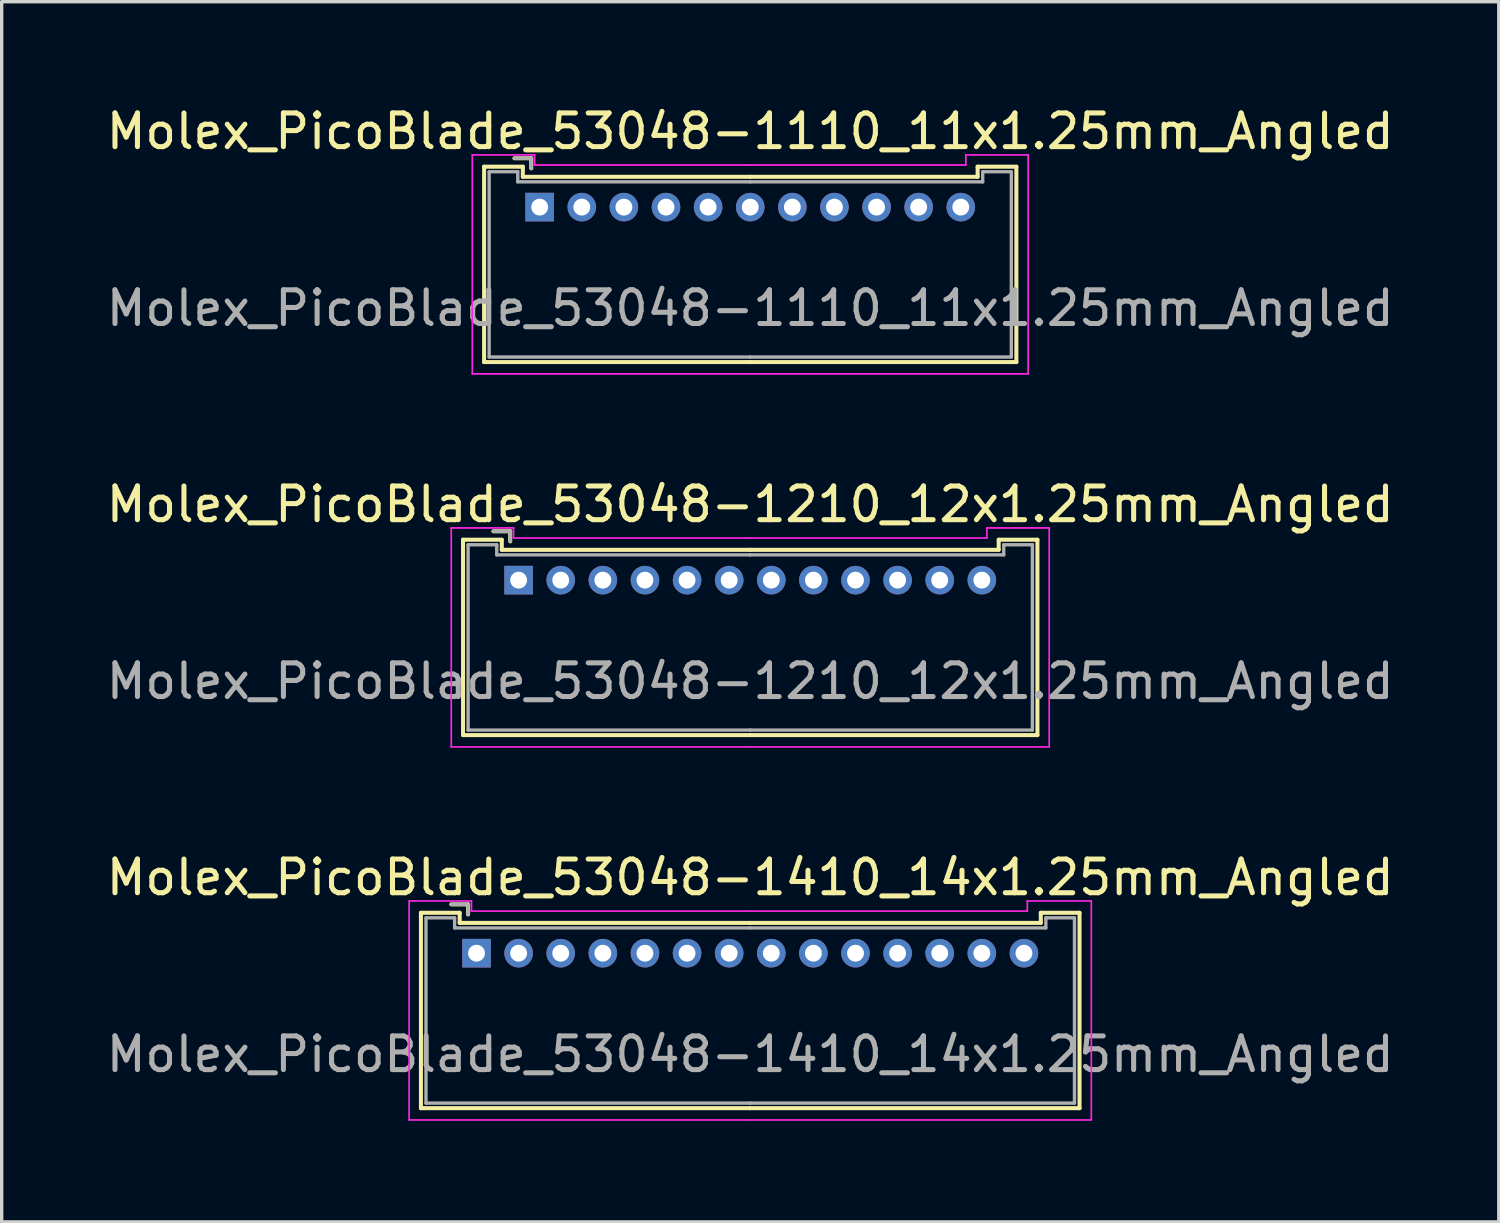
<source format=kicad_pcb>
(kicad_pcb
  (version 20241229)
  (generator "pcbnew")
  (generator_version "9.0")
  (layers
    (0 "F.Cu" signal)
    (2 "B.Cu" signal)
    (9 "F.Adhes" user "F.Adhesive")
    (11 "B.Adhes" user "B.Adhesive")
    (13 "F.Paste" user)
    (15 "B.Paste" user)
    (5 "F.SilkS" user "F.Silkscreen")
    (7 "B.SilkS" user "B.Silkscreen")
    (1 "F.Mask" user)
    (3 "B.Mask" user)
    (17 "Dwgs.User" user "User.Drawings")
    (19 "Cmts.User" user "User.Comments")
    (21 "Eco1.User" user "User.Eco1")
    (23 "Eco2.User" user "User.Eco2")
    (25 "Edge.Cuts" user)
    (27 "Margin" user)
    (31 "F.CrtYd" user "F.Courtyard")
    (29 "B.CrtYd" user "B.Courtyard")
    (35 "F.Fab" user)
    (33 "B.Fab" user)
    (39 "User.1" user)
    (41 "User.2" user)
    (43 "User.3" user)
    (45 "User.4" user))
  (footprint "Molex_PicoBlade_53048-1210_12x1.25mm_Angled"
    (layer "F.Cu")
    (at 12.345 14.171)
    (property "Reference" "Molex_PicoBlade_53048-1210_12x1.25mm_Angled" (at 6.875 -2.25 0) (layer "F.SilkS") (effects (font (size 1 1) (thickness 0.15))))
    (attr through_hole)
    (fp_line (start -1.65 -1.2) (end -1.65 4.6) (stroke (width 0.12) (type solid)) (layer "F.SilkS"))
    (fp_line (start -1.65 4.6) (end 6.875 4.6) (stroke (width 0.12) (type solid)) (layer "F.SilkS"))
    (fp_line (start -0.5 -1.2) (end -1.65 -1.2) (stroke (width 0.12) (type solid)) (layer "F.SilkS"))
    (fp_line (start -0.5 -0.9) (end -0.5 -1.2) (stroke (width 0.12) (type solid)) (layer "F.SilkS"))
    (fp_line (start -0.25 -1.45) (end -0.75 -1.45) (stroke (width 0.12) (type solid)) (layer "F.SilkS"))
    (fp_line (start -0.25 -1.15) (end -0.25 -1.45) (stroke (width 0.12) (type solid)) (layer "F.SilkS"))
    (fp_line (start 6.875 -0.9) (end -0.5 -0.9) (stroke (width 0.12) (type solid)) (layer "F.SilkS"))
    (fp_line (start 6.875 -0.9) (end 14.25 -0.9) (stroke (width 0.12) (type solid)) (layer "F.SilkS"))
    (fp_line (start 14.25 -1.2) (end 15.4 -1.2) (stroke (width 0.12) (type solid)) (layer "F.SilkS"))
    (fp_line (start 14.25 -0.9) (end 14.25 -1.2) (stroke (width 0.12) (type solid)) (layer "F.SilkS"))
    (fp_line (start 15.4 -1.2) (end 15.4 4.6) (stroke (width 0.12) (type solid)) (layer "F.SilkS"))
    (fp_line (start 15.4 4.6) (end 6.875 4.6) (stroke (width 0.12) (type solid)) (layer "F.SilkS"))
    (fp_line (start -2 -1.55) (end -2 4.95) (stroke (width 0.05) (type solid)) (layer "F.CrtYd"))
    (fp_line (start -2 4.95) (end 6.85 4.95) (stroke (width 0.05) (type solid)) (layer "F.CrtYd"))
    (fp_line (start -0.15 -1.55) (end -2 -1.55) (stroke (width 0.05) (type solid)) (layer "F.CrtYd"))
    (fp_line (start -0.15 -1.25) (end -0.15 -1.55) (stroke (width 0.05) (type solid)) (layer "F.CrtYd"))
    (fp_line (start 6.85 -1.25) (end -0.15 -1.25) (stroke (width 0.05) (type solid)) (layer "F.CrtYd"))
    (fp_line (start 6.85 -1.25) (end 13.9 -1.25) (stroke (width 0.05) (type solid)) (layer "F.CrtYd"))
    (fp_line (start 13.9 -1.55) (end 15.75 -1.55) (stroke (width 0.05) (type solid)) (layer "F.CrtYd"))
    (fp_line (start 13.9 -1.25) (end 13.9 -1.55) (stroke (width 0.05) (type solid)) (layer "F.CrtYd"))
    (fp_line (start 15.75 -1.55) (end 15.75 4.95) (stroke (width 0.05) (type solid)) (layer "F.CrtYd"))
    (fp_line (start 15.75 4.95) (end 6.85 4.95) (stroke (width 0.05) (type solid)) (layer "F.CrtYd"))
    (fp_line (start -1.5 -1.05) (end -1.5 4.45) (stroke (width 0.1) (type solid)) (layer "F.Fab"))
    (fp_line (start -1.5 4.45) (end 6.875 4.45) (stroke (width 0.1) (type solid)) (layer "F.Fab"))
    (fp_line (start -0.65 -1.05) (end -1.5 -1.05) (stroke (width 0.1) (type solid)) (layer "F.Fab"))
    (fp_line (start -0.65 -0.75) (end -0.65 -1.05) (stroke (width 0.1) (type solid)) (layer "F.Fab"))
    (fp_line (start -0.25 -1.45) (end -0.75 -1.45) (stroke (width 0.1) (type solid)) (layer "F.Fab"))
    (fp_line (start -0.25 -1.15) (end -0.25 -1.45) (stroke (width 0.1) (type solid)) (layer "F.Fab"))
    (fp_line (start 6.875 -0.75) (end -0.65 -0.75) (stroke (width 0.1) (type solid)) (layer "F.Fab"))
    (fp_line (start 6.875 -0.75) (end 14.4 -0.75) (stroke (width 0.1) (type solid)) (layer "F.Fab"))
    (fp_line (start 14.4 -1.05) (end 15.25 -1.05) (stroke (width 0.1) (type solid)) (layer "F.Fab"))
    (fp_line (start 14.4 -0.75) (end 14.4 -1.05) (stroke (width 0.1) (type solid)) (layer "F.Fab"))
    (fp_line (start 15.25 -1.05) (end 15.25 4.45) (stroke (width 0.1) (type solid)) (layer "F.Fab"))
    (fp_line (start 15.25 4.45) (end 6.875 4.45) (stroke (width 0.1) (type solid)) (layer "F.Fab"))
    (fp_text user "${REFERENCE}" (at 6.875 3 0) (layer "F.Fab") (effects (font (size 1 1) (thickness 0.15))))
    (pad "1" thru_hole rect (at 0 0) (size 0.85 0.85) (drill 0.5) (layers "*.Cu" "*.Mask"))
    (pad "2" thru_hole circle (at 1.25 0) (size 0.85 0.85) (drill 0.5) (layers "*.Cu" "*.Mask"))
    (pad "3" thru_hole circle (at 2.5 0) (size 0.85 0.85) (drill 0.5) (layers "*.Cu" "*.Mask"))
    (pad "4" thru_hole circle (at 3.75 0) (size 0.85 0.85) (drill 0.5) (layers "*.Cu" "*.Mask"))
    (pad "5" thru_hole circle (at 5 0) (size 0.85 0.85) (drill 0.5) (layers "*.Cu" "*.Mask"))
    (pad "6" thru_hole circle (at 6.25 0) (size 0.85 0.85) (drill 0.5) (layers "*.Cu" "*.Mask"))
    (pad "7" thru_hole circle (at 7.5 0) (size 0.85 0.85) (drill 0.5) (layers "*.Cu" "*.Mask"))
    (pad "8" thru_hole circle (at 8.75 0) (size 0.85 0.85) (drill 0.5) (layers "*.Cu" "*.Mask"))
    (pad "9" thru_hole circle (at 10 0) (size 0.85 0.85) (drill 0.5) (layers "*.Cu" "*.Mask"))
    (pad "10" thru_hole circle (at 11.25 0) (size 0.85 0.85) (drill 0.5) (layers "*.Cu" "*.Mask"))
    (pad "11" thru_hole circle (at 12.5 0) (size 0.85 0.85) (drill 0.5) (layers "*.Cu" "*.Mask"))
    (pad "12" thru_hole circle (at 13.75 0) (size 0.85 0.85) (drill 0.5) (layers "*.Cu" "*.Mask")))
  (footprint "Molex_PicoBlade_53048-1110_11x1.25mm_Angled"
    (layer "F.Cu")
    (at 12.97 3.098)
    (property "Reference" "Molex_PicoBlade_53048-1110_11x1.25mm_Angled" (at 6.25 -2.25 0) (layer "F.SilkS") (effects (font (size 1 1) (thickness 0.15))))
    (attr through_hole)
    (fp_line (start -1.65 -1.2) (end -1.65 4.6) (stroke (width 0.12) (type solid)) (layer "F.SilkS"))
    (fp_line (start -1.65 4.6) (end 6.25 4.6) (stroke (width 0.12) (type solid)) (layer "F.SilkS"))
    (fp_line (start -0.5 -1.2) (end -1.65 -1.2) (stroke (width 0.12) (type solid)) (layer "F.SilkS"))
    (fp_line (start -0.5 -0.9) (end -0.5 -1.2) (stroke (width 0.12) (type solid)) (layer "F.SilkS"))
    (fp_line (start -0.25 -1.45) (end -0.75 -1.45) (stroke (width 0.12) (type solid)) (layer "F.SilkS"))
    (fp_line (start -0.25 -1.15) (end -0.25 -1.45) (stroke (width 0.12) (type solid)) (layer "F.SilkS"))
    (fp_line (start 6.25 -0.9) (end -0.5 -0.9) (stroke (width 0.12) (type solid)) (layer "F.SilkS"))
    (fp_line (start 6.25 -0.9) (end 13 -0.9) (stroke (width 0.12) (type solid)) (layer "F.SilkS"))
    (fp_line (start 13 -1.2) (end 14.15 -1.2) (stroke (width 0.12) (type solid)) (layer "F.SilkS"))
    (fp_line (start 13 -0.9) (end 13 -1.2) (stroke (width 0.12) (type solid)) (layer "F.SilkS"))
    (fp_line (start 14.15 -1.2) (end 14.15 4.6) (stroke (width 0.12) (type solid)) (layer "F.SilkS"))
    (fp_line (start 14.15 4.6) (end 6.25 4.6) (stroke (width 0.12) (type solid)) (layer "F.SilkS"))
    (fp_line (start -2 -1.55) (end -2 4.95) (stroke (width 0.05) (type solid)) (layer "F.CrtYd"))
    (fp_line (start -2 4.95) (end 6.25 4.95) (stroke (width 0.05) (type solid)) (layer "F.CrtYd"))
    (fp_line (start -0.15 -1.55) (end -2 -1.55) (stroke (width 0.05) (type solid)) (layer "F.CrtYd"))
    (fp_line (start -0.15 -1.25) (end -0.15 -1.55) (stroke (width 0.05) (type solid)) (layer "F.CrtYd"))
    (fp_line (start 6.25 -1.25) (end -0.15 -1.25) (stroke (width 0.05) (type solid)) (layer "F.CrtYd"))
    (fp_line (start 6.25 -1.25) (end 12.65 -1.25) (stroke (width 0.05) (type solid)) (layer "F.CrtYd"))
    (fp_line (start 12.65 -1.55) (end 14.5 -1.55) (stroke (width 0.05) (type solid)) (layer "F.CrtYd"))
    (fp_line (start 12.65 -1.25) (end 12.65 -1.55) (stroke (width 0.05) (type solid)) (layer "F.CrtYd"))
    (fp_line (start 14.5 -1.55) (end 14.5 4.95) (stroke (width 0.05) (type solid)) (layer "F.CrtYd"))
    (fp_line (start 14.5 4.95) (end 6.25 4.95) (stroke (width 0.05) (type solid)) (layer "F.CrtYd"))
    (fp_line (start -1.5 -1.05) (end -1.5 4.45) (stroke (width 0.1) (type solid)) (layer "F.Fab"))
    (fp_line (start -1.5 4.45) (end 6.25 4.45) (stroke (width 0.1) (type solid)) (layer "F.Fab"))
    (fp_line (start -0.65 -1.05) (end -1.5 -1.05) (stroke (width 0.1) (type solid)) (layer "F.Fab"))
    (fp_line (start -0.65 -0.75) (end -0.65 -1.05) (stroke (width 0.1) (type solid)) (layer "F.Fab"))
    (fp_line (start -0.25 -1.45) (end -0.75 -1.45) (stroke (width 0.1) (type solid)) (layer "F.Fab"))
    (fp_line (start -0.25 -1.15) (end -0.25 -1.45) (stroke (width 0.1) (type solid)) (layer "F.Fab"))
    (fp_line (start 6.25 -0.75) (end -0.65 -0.75) (stroke (width 0.1) (type solid)) (layer "F.Fab"))
    (fp_line (start 6.25 -0.75) (end 13.15 -0.75) (stroke (width 0.1) (type solid)) (layer "F.Fab"))
    (fp_line (start 13.15 -1.05) (end 14 -1.05) (stroke (width 0.1) (type solid)) (layer "F.Fab"))
    (fp_line (start 13.15 -0.75) (end 13.15 -1.05) (stroke (width 0.1) (type solid)) (layer "F.Fab"))
    (fp_line (start 14 -1.05) (end 14 4.45) (stroke (width 0.1) (type solid)) (layer "F.Fab"))
    (fp_line (start 14 4.45) (end 6.25 4.45) (stroke (width 0.1) (type solid)) (layer "F.Fab"))
    (fp_text user "${REFERENCE}" (at 6.25 3 0) (layer "F.Fab") (effects (font (size 1 1) (thickness 0.15))))
    (pad "1" thru_hole rect (at 0 0) (size 0.85 0.85) (drill 0.5) (layers "*.Cu" "*.Mask"))
    (pad "2" thru_hole circle (at 1.25 0) (size 0.85 0.85) (drill 0.5) (layers "*.Cu" "*.Mask"))
    (pad "3" thru_hole circle (at 2.5 0) (size 0.85 0.85) (drill 0.5) (layers "*.Cu" "*.Mask"))
    (pad "4" thru_hole circle (at 3.75 0) (size 0.85 0.85) (drill 0.5) (layers "*.Cu" "*.Mask"))
    (pad "5" thru_hole circle (at 5 0) (size 0.85 0.85) (drill 0.5) (layers "*.Cu" "*.Mask"))
    (pad "6" thru_hole circle (at 6.25 0) (size 0.85 0.85) (drill 0.5) (layers "*.Cu" "*.Mask"))
    (pad "7" thru_hole circle (at 7.5 0) (size 0.85 0.85) (drill 0.5) (layers "*.Cu" "*.Mask"))
    (pad "8" thru_hole circle (at 8.75 0) (size 0.85 0.85) (drill 0.5) (layers "*.Cu" "*.Mask"))
    (pad "9" thru_hole circle (at 10 0) (size 0.85 0.85) (drill 0.5) (layers "*.Cu" "*.Mask"))
    (pad "10" thru_hole circle (at 11.25 0) (size 0.85 0.85) (drill 0.5) (layers "*.Cu" "*.Mask"))
    (pad "11" thru_hole circle (at 12.5 0) (size 0.85 0.85) (drill 0.5) (layers "*.Cu" "*.Mask")))
  (footprint "Molex_PicoBlade_53048-1410_14x1.25mm_Angled"
    (layer "F.Cu")
    (at 11.095 25.245)
    (property "Reference" "Molex_PicoBlade_53048-1410_14x1.25mm_Angled" (at 8.125 -2.25 0) (layer "F.SilkS") (effects (font (size 1 1) (thickness 0.15))))
    (attr through_hole)
    (fp_line (start -1.65 -1.2) (end -1.65 4.6) (stroke (width 0.12) (type solid)) (layer "F.SilkS"))
    (fp_line (start -1.65 4.6) (end 8.125 4.6) (stroke (width 0.12) (type solid)) (layer "F.SilkS"))
    (fp_line (start -0.5 -1.2) (end -1.65 -1.2) (stroke (width 0.12) (type solid)) (layer "F.SilkS"))
    (fp_line (start -0.5 -0.9) (end -0.5 -1.2) (stroke (width 0.12) (type solid)) (layer "F.SilkS"))
    (fp_line (start -0.25 -1.45) (end -0.75 -1.45) (stroke (width 0.12) (type solid)) (layer "F.SilkS"))
    (fp_line (start -0.25 -1.15) (end -0.25 -1.45) (stroke (width 0.12) (type solid)) (layer "F.SilkS"))
    (fp_line (start 8.125 -0.9) (end -0.5 -0.9) (stroke (width 0.12) (type solid)) (layer "F.SilkS"))
    (fp_line (start 8.125 -0.9) (end 16.75 -0.9) (stroke (width 0.12) (type solid)) (layer "F.SilkS"))
    (fp_line (start 16.75 -1.2) (end 17.9 -1.2) (stroke (width 0.12) (type solid)) (layer "F.SilkS"))
    (fp_line (start 16.75 -0.9) (end 16.75 -1.2) (stroke (width 0.12) (type solid)) (layer "F.SilkS"))
    (fp_line (start 17.9 -1.2) (end 17.9 4.6) (stroke (width 0.12) (type solid)) (layer "F.SilkS"))
    (fp_line (start 17.9 4.6) (end 8.125 4.6) (stroke (width 0.12) (type solid)) (layer "F.SilkS"))
    (fp_line (start -2 -1.55) (end -2 4.95) (stroke (width 0.05) (type solid)) (layer "F.CrtYd"))
    (fp_line (start -2 4.95) (end 8.1 4.95) (stroke (width 0.05) (type solid)) (layer "F.CrtYd"))
    (fp_line (start -0.15 -1.55) (end -2 -1.55) (stroke (width 0.05) (type solid)) (layer "F.CrtYd"))
    (fp_line (start -0.15 -1.25) (end -0.15 -1.55) (stroke (width 0.05) (type solid)) (layer "F.CrtYd"))
    (fp_line (start 8.1 -1.25) (end -0.15 -1.25) (stroke (width 0.05) (type solid)) (layer "F.CrtYd"))
    (fp_line (start 8.1 -1.25) (end 16.35 -1.25) (stroke (width 0.05) (type solid)) (layer "F.CrtYd"))
    (fp_line (start 16.35 -1.55) (end 18.25 -1.55) (stroke (width 0.05) (type solid)) (layer "F.CrtYd"))
    (fp_line (start 16.35 -1.25) (end 16.35 -1.55) (stroke (width 0.05) (type solid)) (layer "F.CrtYd"))
    (fp_line (start 18.25 -1.55) (end 18.25 4.95) (stroke (width 0.05) (type solid)) (layer "F.CrtYd"))
    (fp_line (start 18.25 4.95) (end 8.1 4.95) (stroke (width 0.05) (type solid)) (layer "F.CrtYd"))
    (fp_line (start -1.5 -1.05) (end -1.5 4.45) (stroke (width 0.1) (type solid)) (layer "F.Fab"))
    (fp_line (start -1.5 4.45) (end 8.125 4.45) (stroke (width 0.1) (type solid)) (layer "F.Fab"))
    (fp_line (start -0.65 -1.05) (end -1.5 -1.05) (stroke (width 0.1) (type solid)) (layer "F.Fab"))
    (fp_line (start -0.65 -0.75) (end -0.65 -1.05) (stroke (width 0.1) (type solid)) (layer "F.Fab"))
    (fp_line (start -0.25 -1.45) (end -0.75 -1.45) (stroke (width 0.1) (type solid)) (layer "F.Fab"))
    (fp_line (start -0.25 -1.15) (end -0.25 -1.45) (stroke (width 0.1) (type solid)) (layer "F.Fab"))
    (fp_line (start 8.125 -0.75) (end -0.65 -0.75) (stroke (width 0.1) (type solid)) (layer "F.Fab"))
    (fp_line (start 8.125 -0.75) (end 16.9 -0.75) (stroke (width 0.1) (type solid)) (layer "F.Fab"))
    (fp_line (start 16.9 -1.05) (end 17.75 -1.05) (stroke (width 0.1) (type solid)) (layer "F.Fab"))
    (fp_line (start 16.9 -0.75) (end 16.9 -1.05) (stroke (width 0.1) (type solid)) (layer "F.Fab"))
    (fp_line (start 17.75 -1.05) (end 17.75 4.45) (stroke (width 0.1) (type solid)) (layer "F.Fab"))
    (fp_line (start 17.75 4.45) (end 8.125 4.45) (stroke (width 0.1) (type solid)) (layer "F.Fab"))
    (fp_text user "${REFERENCE}" (at 8.125 3 0) (layer "F.Fab") (effects (font (size 1 1) (thickness 0.15))))
    (pad "1" thru_hole rect (at 0 0) (size 0.85 0.85) (drill 0.5) (layers "*.Cu" "*.Mask"))
    (pad "2" thru_hole circle (at 1.25 0) (size 0.85 0.85) (drill 0.5) (layers "*.Cu" "*.Mask"))
    (pad "3" thru_hole circle (at 2.5 0) (size 0.85 0.85) (drill 0.5) (layers "*.Cu" "*.Mask"))
    (pad "4" thru_hole circle (at 3.75 0) (size 0.85 0.85) (drill 0.5) (layers "*.Cu" "*.Mask"))
    (pad "5" thru_hole circle (at 5 0) (size 0.85 0.85) (drill 0.5) (layers "*.Cu" "*.Mask"))
    (pad "6" thru_hole circle (at 6.25 0) (size 0.85 0.85) (drill 0.5) (layers "*.Cu" "*.Mask"))
    (pad "7" thru_hole circle (at 7.5 0) (size 0.85 0.85) (drill 0.5) (layers "*.Cu" "*.Mask"))
    (pad "8" thru_hole circle (at 8.75 0) (size 0.85 0.85) (drill 0.5) (layers "*.Cu" "*.Mask"))
    (pad "9" thru_hole circle (at 10 0) (size 0.85 0.85) (drill 0.5) (layers "*.Cu" "*.Mask"))
    (pad "10" thru_hole circle (at 11.25 0) (size 0.85 0.85) (drill 0.5) (layers "*.Cu" "*.Mask"))
    (pad "11" thru_hole circle (at 12.5 0) (size 0.85 0.85) (drill 0.5) (layers "*.Cu" "*.Mask"))
    (pad "12" thru_hole circle (at 13.75 0) (size 0.85 0.85) (drill 0.5) (layers "*.Cu" "*.Mask"))
    (pad "13" thru_hole circle (at 15 0) (size 0.85 0.85) (drill 0.5) (layers "*.Cu" "*.Mask"))
    (pad "14" thru_hole circle (at 16.25 0) (size 0.85 0.85) (drill 0.5) (layers "*.Cu" "*.Mask")))
  (gr_rect
    (start -3 -3)
    (end 41.44 33.22)
    (stroke (width 0.1) (type default))
    (fill no)
    (layer "Edge.Cuts")))
</source>
